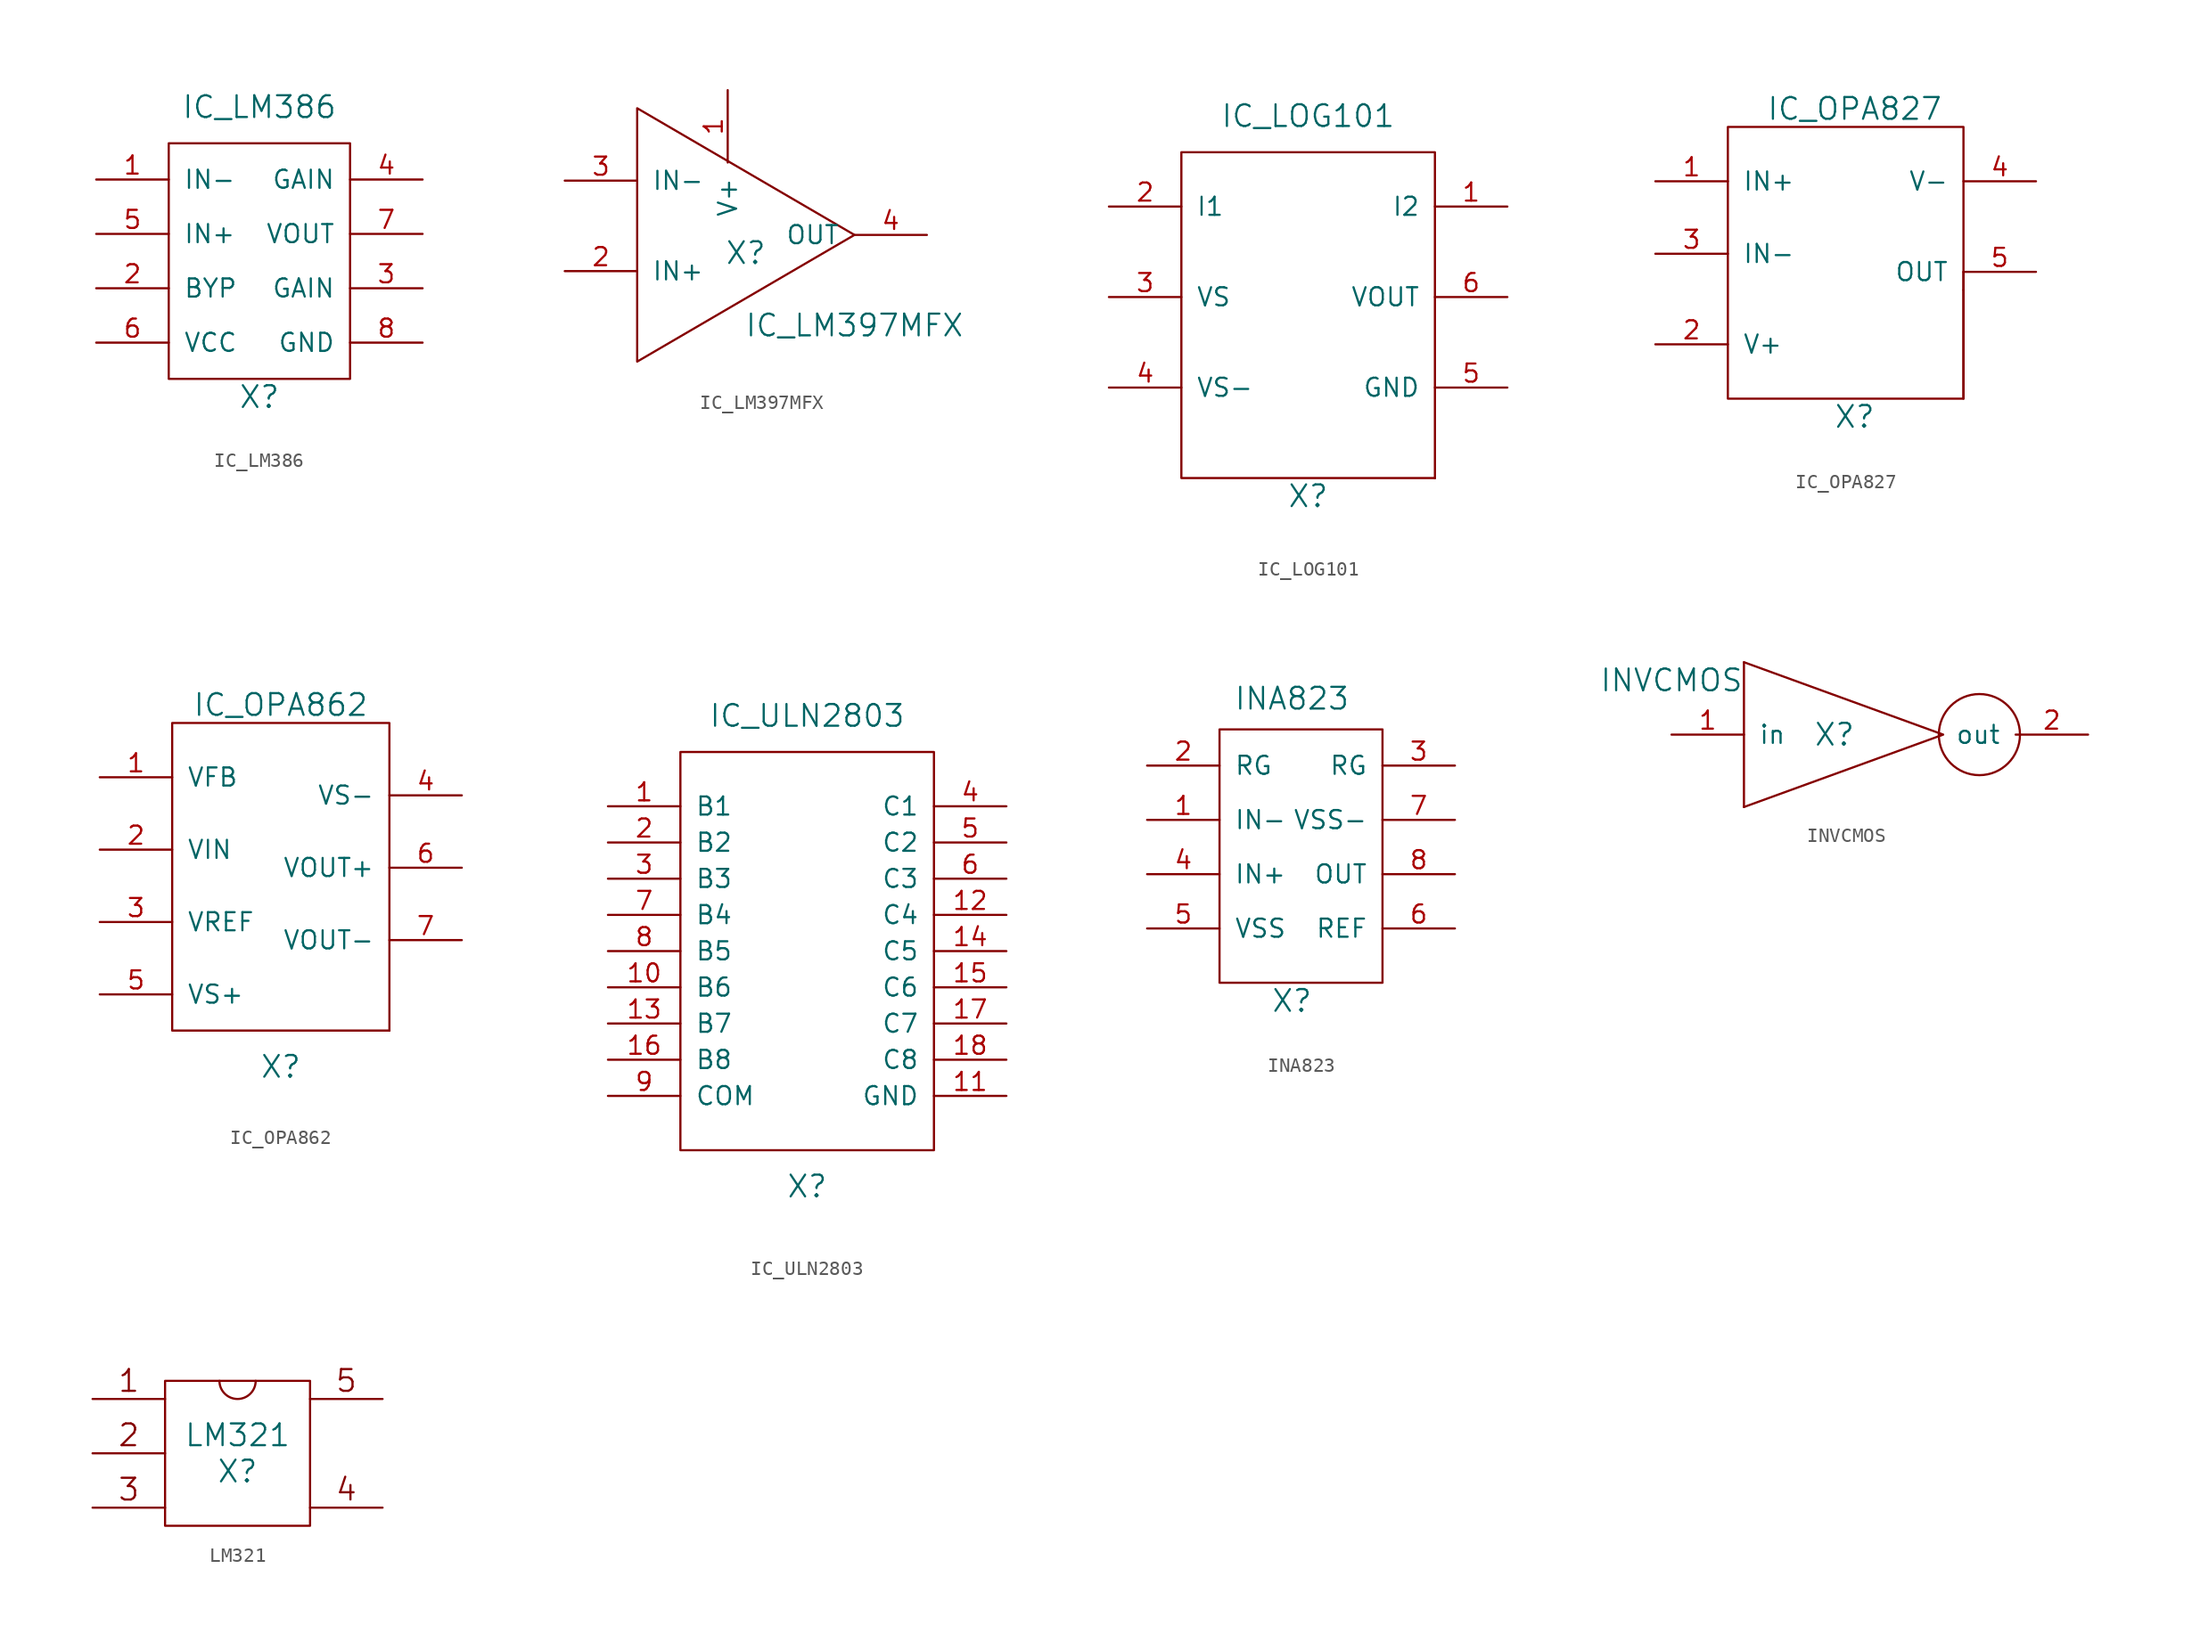
<source format=kicad_sym>
(kicad_symbol_lib
  (version 20211014)
  (generator kicad_symbol_editor)
  (symbol "IC_LM386"
    (pin_names
      (offset 1.016))
    (property "Reference" "X"
      (at 0 -10.16 0)
      (effects (font (size 1.524 1.524))))
    (property "Value" "IC_LM386"
      (at 0 10.16 0)
      (effects (font (size 1.524 1.524))))
    (symbol "IC_LM386_0_1"
      (rectangle (start -6.35 7.62) (end 6.35 -8.89) (stroke (width 0) (type default) (color 0 0 0 0)) (fill (type none))))
    (symbol "IC_LM386_1_1"
      (pin input line (at -11.43 5.08 0) (length 5.08) (name "IN-" (effects (font (size 1.27 1.27)))) (number "1" (effects (font (size 1.27 1.27)))))
      (pin input line (at -11.43 -2.54 0) (length 5.08) (name "BYP" (effects (font (size 1.27 1.27)))) (number "2" (effects (font (size 1.27 1.27)))))
      (pin input line (at 11.43 -2.54 180) (length 5.08) (name "GAIN" (effects (font (size 1.27 1.27)))) (number "3" (effects (font (size 1.27 1.27)))))
      (pin input line (at 11.43 5.08 180) (length 5.08) (name "GAIN" (effects (font (size 1.27 1.27)))) (number "4" (effects (font (size 1.27 1.27)))))
      (pin input line (at -11.43 1.27 0) (length 5.08) (name "IN+" (effects (font (size 1.27 1.27)))) (number "5" (effects (font (size 1.27 1.27)))))
      (pin input line (at -11.43 -6.35 0) (length 5.08) (name "VCC" (effects (font (size 1.27 1.27)))) (number "6" (effects (font (size 1.27 1.27)))))
      (pin output line (at 11.43 1.27 180) (length 5.08) (name "VOUT" (effects (font (size 1.27 1.27)))) (number "7" (effects (font (size 1.27 1.27)))))
      (pin input line (at 11.43 -6.35 180) (length 5.08) (name "GND" (effects (font (size 1.27 1.27)))) (number "8" (effects (font (size 1.27 1.27)))))))
  (symbol "IC_LM397MFX"
    (pin_names
      (offset 1.016))
    (property "Reference" "X"
      (at 17.78 -11.43 0)
      (effects (font (size 1.524 1.524))))
    (property "Value" "IC_LM397MFX"
      (at 25.4 -16.51 0)
      (effects (font (size 1.524 1.524))))
    (symbol "IC_LM397MFX_0_1"
      (polyline (pts (xy 10.16 -1.27) (xy 10.16 -19.05) (xy 25.4 -10.16) (xy 10.16 -1.27)) (stroke (width 0) (type default) (color 0 0 0 0)) (fill (type none))))
    (symbol "IC_LM397MFX_1_1"
      (pin input line (at 16.51 0 270) (length 5.08) (name "V+" (effects (font (size 1.27 1.27)))) (number "1" (effects (font (size 1.27 1.27)))))
      (pin input line (at 5.08 -12.7 0) (length 5.08) (name "IN+" (effects (font (size 1.27 1.27)))) (number "2" (effects (font (size 1.27 1.27)))))
      (pin input line (at 5.08 -6.35 0) (length 5.08) (name "IN-" (effects (font (size 1.27 1.27)))) (number "3" (effects (font (size 1.27 1.27)))))
      (pin output line (at 30.48 -10.16 180) (length 5.08) (name "OUT" (effects (font (size 1.27 1.27)))) (number "4" (effects (font (size 1.27 1.27)))))))
  (symbol "IC_LOG101"
    (pin_names
      (offset 1.016))
    (property "Reference" "X"
      (at 0 -10.16 0)
      (effects (font (size 1.524 1.524))))
    (property "Value" "IC_LOG101"
      (at 0 16.51 0)
      (effects (font (size 1.524 1.524))))
    (symbol "IC_LOG101_0_1"
      (rectangle (start -8.89 13.97) (end 8.89 -8.89) (stroke (width 0) (type default) (color 0 0 0 0)) (fill (type none)))
      (rectangle (start 8.89 -8.89) (end 8.89 -8.89) (stroke (width 0) (type default) (color 0 0 0 0)) (fill (type none)))
      (rectangle (start 8.89 -8.89) (end 8.89 -8.89) (stroke (width 0) (type default) (color 0 0 0 0)) (fill (type none))))
    (symbol "IC_LOG101_1_1"
      (pin input line (at 13.97 10.16 180) (length 5.08) (name "I2" (effects (font (size 1.27 1.27)))) (number "1" (effects (font (size 1.27 1.27)))))
      (pin input line (at -13.97 10.16 0) (length 5.08) (name "I1" (effects (font (size 1.27 1.27)))) (number "2" (effects (font (size 1.27 1.27)))))
      (pin input line (at -13.97 3.81 0) (length 5.08) (name "VS" (effects (font (size 1.27 1.27)))) (number "3" (effects (font (size 1.27 1.27)))))
      (pin input line (at -13.97 -2.54 0) (length 5.08) (name "VS-" (effects (font (size 1.27 1.27)))) (number "4" (effects (font (size 1.27 1.27)))))
      (pin input line (at 13.97 -2.54 180) (length 5.08) (name "GND" (effects (font (size 1.27 1.27)))) (number "5" (effects (font (size 1.27 1.27)))))
      (pin output line (at 13.97 3.81 180) (length 5.08) (name "VOUT" (effects (font (size 1.27 1.27)))) (number "6" (effects (font (size 1.27 1.27)))))))
  (symbol "IC_OPA827"
    (pin_names
      (offset 1.016))
    (property "Reference" "X"
      (at 1.27 -10.16 0)
      (effects (font (size 1.524 1.524))))
    (property "Value" "IC_OPA827"
      (at 1.27 11.43 0)
      (effects (font (size 1.524 1.524))))
    (symbol "IC_OPA827_0_1"
      (rectangle (start -7.62 10.16) (end 8.89 -8.89) (stroke (width 0) (type default) (color 0 0 0 0)) (fill (type none)))
      (rectangle (start 8.89 -8.89) (end 8.89 -1.27) (stroke (width 0) (type default) (color 0 0 0 0)) (fill (type none)))
      (rectangle (start 8.89 -1.27) (end 8.89 0) (stroke (width 0) (type default) (color 0 0 0 0)) (fill (type none))))
    (symbol "IC_OPA827_1_1"
      (pin input line (at -12.7 6.35 0) (length 5.08) (name "IN+" (effects (font (size 1.27 1.27)))) (number "1" (effects (font (size 1.27 1.27)))))
      (pin input line (at -12.7 -5.08 0) (length 5.08) (name "V+" (effects (font (size 1.27 1.27)))) (number "2" (effects (font (size 1.27 1.27)))))
      (pin input line (at -12.7 1.27 0) (length 5.08) (name "IN-" (effects (font (size 1.27 1.27)))) (number "3" (effects (font (size 1.27 1.27)))))
      (pin input line (at 13.97 6.35 180) (length 5.08) (name "V-" (effects (font (size 1.27 1.27)))) (number "4" (effects (font (size 1.27 1.27)))))
      (pin output line (at 13.97 0 180) (length 5.08) (name "OUT" (effects (font (size 1.27 1.27)))) (number "5" (effects (font (size 1.27 1.27)))))))
  (symbol "IC_OPA862"
    (pin_names
      (offset 1.016))
    (property "Reference" "X"
      (at 0 -12.7 0)
      (effects (font (size 1.524 1.524))))
    (property "Value" "IC_OPA862"
      (at 0 12.7 0)
      (effects (font (size 1.524 1.524))))
    (symbol "IC_OPA862_0_1"
      (rectangle (start -7.62 11.43) (end 7.62 -10.16) (stroke (width 0) (type default) (color 0 0 0 0)) (fill (type none)))
      (rectangle (start 7.62 -10.16) (end 7.62 -10.16) (stroke (width 0) (type default) (color 0 0 0 0)) (fill (type none)))
      (rectangle (start 7.62 -10.16) (end 7.62 -10.16) (stroke (width 0) (type default) (color 0 0 0 0)) (fill (type none))))
    (symbol "IC_OPA862_1_1"
      (pin input line (at -12.7 7.62 0) (length 5.08) (name "VFB" (effects (font (size 1.27 1.27)))) (number "1" (effects (font (size 1.27 1.27)))))
      (pin input line (at -12.7 2.54 0) (length 5.08) (name "VIN" (effects (font (size 1.27 1.27)))) (number "2" (effects (font (size 1.27 1.27)))))
      (pin input line (at -12.7 -2.54 0) (length 5.08) (name "VREF" (effects (font (size 1.27 1.27)))) (number "3" (effects (font (size 1.27 1.27)))))
      (pin input line (at 12.7 6.35 180) (length 5.08) (name "VS-" (effects (font (size 1.27 1.27)))) (number "4" (effects (font (size 1.27 1.27)))))
      (pin input line (at -12.7 -7.62 0) (length 5.08) (name "VS+" (effects (font (size 1.27 1.27)))) (number "5" (effects (font (size 1.27 1.27)))))
      (pin output line (at 12.7 1.27 180) (length 5.08) (name "VOUT+" (effects (font (size 1.27 1.27)))) (number "6" (effects (font (size 1.27 1.27)))))
      (pin output line (at 12.7 -3.81 180) (length 5.08) (name "VOUT-" (effects (font (size 1.27 1.27)))) (number "7" (effects (font (size 1.27 1.27)))))))
  (symbol "IC_ULN2803"
    (pin_names
      (offset 1.016))
    (property "Reference" "X"
      (at 0 -13.97 0)
      (effects (font (size 1.524 1.524))))
    (property "Value" "IC_ULN2803"
      (at 0 19.05 0)
      (effects (font (size 1.524 1.524))))
    (symbol "IC_ULN2803_0_1"
      (rectangle (start -8.89 16.51) (end 8.89 -11.43) (stroke (width 0) (type default) (color 0 0 0 0)) (fill (type none))))
    (symbol "IC_ULN2803_1_1"
      (pin input line (at -13.97 12.7 0) (length 5.08) (name "B1" (effects (font (size 1.27 1.27)))) (number "1" (effects (font (size 1.27 1.27)))))
      (pin input line (at -13.97 0 0) (length 5.08) (name "B6" (effects (font (size 1.27 1.27)))) (number "10" (effects (font (size 1.27 1.27)))))
      (pin output line (at 13.97 -7.62 180) (length 5.08) (name "GND" (effects (font (size 1.27 1.27)))) (number "11" (effects (font (size 1.27 1.27)))))
      (pin output line (at 13.97 5.08 180) (length 5.08) (name "C4" (effects (font (size 1.27 1.27)))) (number "12" (effects (font (size 1.27 1.27)))))
      (pin input line (at -13.97 -2.54 0) (length 5.08) (name "B7" (effects (font (size 1.27 1.27)))) (number "13" (effects (font (size 1.27 1.27)))))
      (pin output line (at 13.97 2.54 180) (length 5.08) (name "C5" (effects (font (size 1.27 1.27)))) (number "14" (effects (font (size 1.27 1.27)))))
      (pin output line (at 13.97 0 180) (length 5.08) (name "C6" (effects (font (size 1.27 1.27)))) (number "15" (effects (font (size 1.27 1.27)))))
      (pin input line (at -13.97 -5.08 0) (length 5.08) (name "B8" (effects (font (size 1.27 1.27)))) (number "16" (effects (font (size 1.27 1.27)))))
      (pin output line (at 13.97 -2.54 180) (length 5.08) (name "C7" (effects (font (size 1.27 1.27)))) (number "17" (effects (font (size 1.27 1.27)))))
      (pin output line (at 13.97 -5.08 180) (length 5.08) (name "C8" (effects (font (size 1.27 1.27)))) (number "18" (effects (font (size 1.27 1.27)))))
      (pin input line (at -13.97 10.16 0) (length 5.08) (name "B2" (effects (font (size 1.27 1.27)))) (number "2" (effects (font (size 1.27 1.27)))))
      (pin input line (at -13.97 7.62 0) (length 5.08) (name "B3" (effects (font (size 1.27 1.27)))) (number "3" (effects (font (size 1.27 1.27)))))
      (pin output line (at 13.97 12.7 180) (length 5.08) (name "C1" (effects (font (size 1.27 1.27)))) (number "4" (effects (font (size 1.27 1.27)))))
      (pin output line (at 13.97 10.16 180) (length 5.08) (name "C2" (effects (font (size 1.27 1.27)))) (number "5" (effects (font (size 1.27 1.27)))))
      (pin output line (at 13.97 7.62 180) (length 5.08) (name "C3" (effects (font (size 1.27 1.27)))) (number "6" (effects (font (size 1.27 1.27)))))
      (pin input line (at -13.97 5.08 0) (length 5.08) (name "B4" (effects (font (size 1.27 1.27)))) (number "7" (effects (font (size 1.27 1.27)))))
      (pin input line (at -13.97 2.54 0) (length 5.08) (name "B5" (effects (font (size 1.27 1.27)))) (number "8" (effects (font (size 1.27 1.27)))))
      (pin input line (at -13.97 -7.62 0) (length 5.08) (name "COM" (effects (font (size 1.27 1.27)))) (number "9" (effects (font (size 1.27 1.27)))))))
  (symbol "INA823"
    (pin_names
      (offset 1.016))
    (property "Reference" "X"
      (at 0 -10.16 0)
      (effects (font (size 1.524 1.524))))
    (property "Value" "INA823"
      (at 0 10.16 0)
      (effects (font (size 1.524 1.524)) (justify bottom)))
    (symbol "INA823_0_1"
      (rectangle (start -5.08 8.89) (end 6.35 -8.89) (stroke (width 0) (type default) (color 0 0 0 0)) (fill (type none))))
    (symbol "INA823_1_1"
      (pin input line (at -10.16 2.54 0) (length 5.08) (name "IN-" (effects (font (size 1.27 1.27)))) (number "1" (effects (font (size 1.27 1.27)))))
      (pin input line (at -10.16 6.35 0) (length 5.08) (name "RG" (effects (font (size 1.27 1.27)))) (number "2" (effects (font (size 1.27 1.27)))))
      (pin input line (at 11.43 6.35 180) (length 5.08) (name "RG" (effects (font (size 1.27 1.27)))) (number "3" (effects (font (size 1.27 1.27)))))
      (pin input line (at -10.16 -1.27 0) (length 5.08) (name "IN+" (effects (font (size 1.27 1.27)))) (number "4" (effects (font (size 1.27 1.27)))))
      (pin input line (at -10.16 -5.08 0) (length 5.08) (name "VSS" (effects (font (size 1.27 1.27)))) (number "5" (effects (font (size 1.27 1.27)))))
      (pin input line (at 11.43 -5.08 180) (length 5.08) (name "REF" (effects (font (size 1.27 1.27)))) (number "6" (effects (font (size 1.27 1.27)))))
      (pin input line (at 11.43 2.54 180) (length 5.08) (name "VSS-" (effects (font (size 1.27 1.27)))) (number "7" (effects (font (size 1.27 1.27)))))
      (pin output line (at 11.43 -1.27 180) (length 5.08) (name "OUT" (effects (font (size 1.27 1.27)))) (number "8" (effects (font (size 1.27 1.27)))))))
  (symbol "INVCMOS"
    (pin_names
      (offset 1.016))
    (property "Reference" "X"
      (at 0 0 0)
      (effects (font (size 1.524 1.524))))
    (property "Value" "INVCMOS"
      (at -11.43 3.81 0)
      (effects (font (size 1.524 1.524))))
    (symbol "INVCMOS_0_1"
      (rectangle (start -6.35 5.08) (end -6.35 -5.08) (stroke (width 0) (type default) (color 0 0 0 0)) (fill (type none)))
      (polyline (pts (xy -6.35 5.08) (xy 7.62 0) (xy -6.35 -5.08)) (stroke (width 0) (type default) (color 0 0 0 0)) (fill (type none)))
      (circle (center 10.16 0) (radius 2.845) (stroke (width 0) (type default) (color 0 0 0 0)) (fill (type none))))
    (symbol "INVCMOS_1_1"
      (pin passive line (at -11.43 0 0) (length 5.08) (name "in" (effects (font (size 1.27 1.27)))) (number "1" (effects (font (size 1.27 1.27)))))
      (pin passive line (at 17.78 0 180) (length 5.08) (name "out" (effects (font (size 1.27 1.27)))) (number "2" (effects (font (size 1.27 1.27)))))))
  (symbol "LM321"
    (pin_numbers hide)
    (pin_names
      (offset 1.016) hide)
    (property "Reference" "X"
      (at 0 -1.27 0)
      (effects (font (size 1.524 1.524))))
    (property "Value" "LM321"
      (at 0 1.27 0)
      (effects (font (size 1.524 1.524))))
    (symbol "LM321_0_0"
      (text "1" (at -7.62 5.08 0) (effects (font (size 1.524 1.524))))
      (text "2" (at -7.62 1.27 0) (effects (font (size 1.524 1.524))))
      (text "3" (at -7.62 -2.54 0) (effects (font (size 1.524 1.524))))
      (text "4" (at 7.62 -2.54 0) (effects (font (size 1.524 1.524))))
      (text "5" (at 7.62 5.08 0) (effects (font (size 1.524 1.524)))))
    (symbol "LM321_0_1"
      (rectangle (start -5.08 5.08) (end 5.08 -5.08) (stroke (width 0) (type default) (color 0 0 0 0)) (fill (type none)))
      (arc (start -1.27 5.08) (mid 0 3.81) (end 1.27 5.08) (stroke (width 0) (type default) (color 0 0 0 0)) (fill (type none))))
    (symbol "LM321_1_1"
      (pin input line (at -10.16 3.81 0) (length 5.08) (name "V+" (effects (font (size 1.27 1.27)))) (number "1" (effects (font (size 1.27 1.27)))))
      (pin input line (at -10.16 -3.81 0) (length 5.08) (name "V-" (effects (font (size 1.27 1.27)))) (number "2" (effects (font (size 1.27 1.27)))))
      (pin input line (at 10.16 3.81 180) (length 5.08) (name "Vcc" (effects (font (size 1.27 1.27)))) (number "3" (effects (font (size 1.27 1.27)))))
      (pin output line (at 10.16 -3.81 180) (length 5.08) (name "Vout" (effects (font (size 1.27 1.27)))) (number "4" (effects (font (size 1.27 1.27)))))
      (pin input line (at -10.16 0 0) (length 5.08) (name "Vee" (effects (font (size 1.27 1.27)))) (number "5" (effects (font (size 1.27 1.27))))))))
</source>
